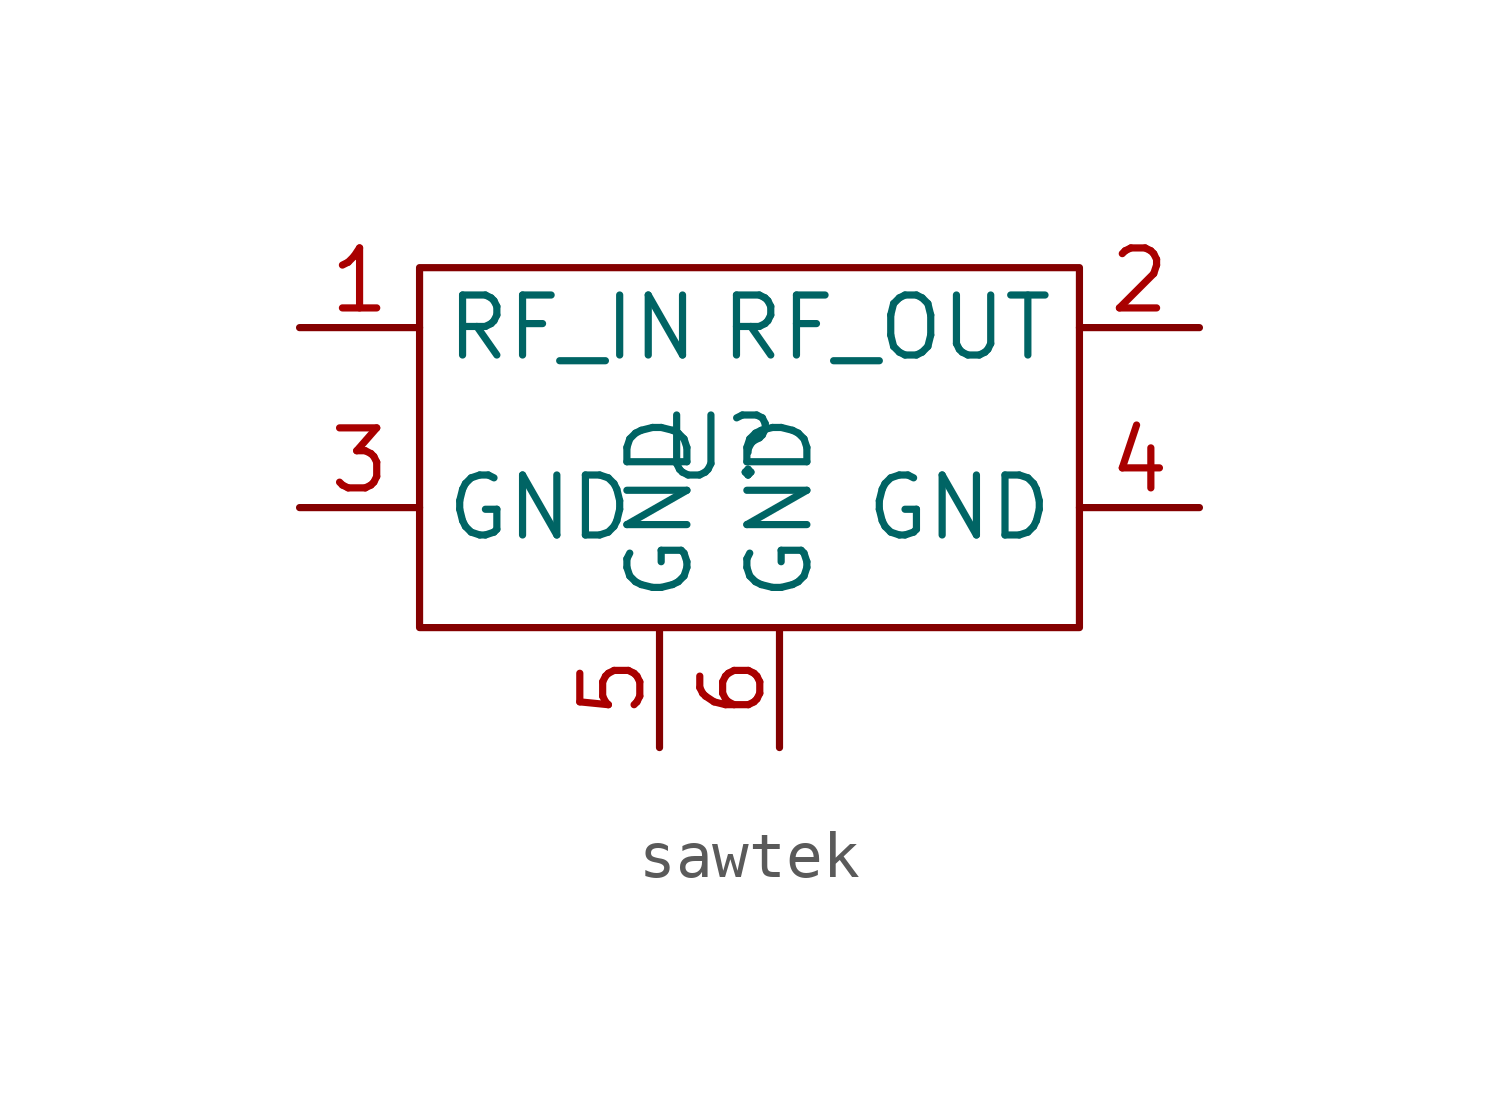
<source format=kicad_sym>
(kicad_symbol_lib
  (version 20220914)
  (generator kicad_symbol_editor)
  (symbol "sawtek"
    (property "Reference" "U"
      (at 0 0 0)
      (effects (font (size 1.27 1.27))))
    (property "Value" ""
      (at -7.62 1.27 0)
      (effects (font (size 1.27 1.27))))
    (symbol "sawtek_0_1"
      (rectangle (start -6.35 3.81) (end 7.62 -3.81) (stroke (width 0) (type default)) (fill (type none))))
    (symbol "sawtek_1_1"
      (pin input line (at -8.89 2.54 0) (length 2.54) (name "RF_IN" (effects (font (size 1.27 1.27)))) (number "1" (effects (font (size 1.27 1.27)))))
      (pin output line (at 10.16 2.54 180) (length 2.54) (name "RF_OUT" (effects (font (size 1.27 1.27)))) (number "2" (effects (font (size 1.27 1.27)))))
      (pin power_in line (at -8.89 -1.27 0) (length 2.54) (name "GND" (effects (font (size 1.27 1.27)))) (number "3" (effects (font (size 1.27 1.27)))))
      (pin power_in line (at 10.16 -1.27 180) (length 2.54) (name "GND" (effects (font (size 1.27 1.27)))) (number "4" (effects (font (size 1.27 1.27)))))
      (pin input line (at -1.27 -6.35 90) (length 2.54) (name "GND" (effects (font (size 1.27 1.27)))) (number "5" (effects (font (size 1.27 1.27)))))
      (pin input line (at 1.27 -6.35 90) (length 2.54) (name "GND" (effects (font (size 1.27 1.27)))) (number "6" (effects (font (size 1.27 1.27))))))))
</source>
